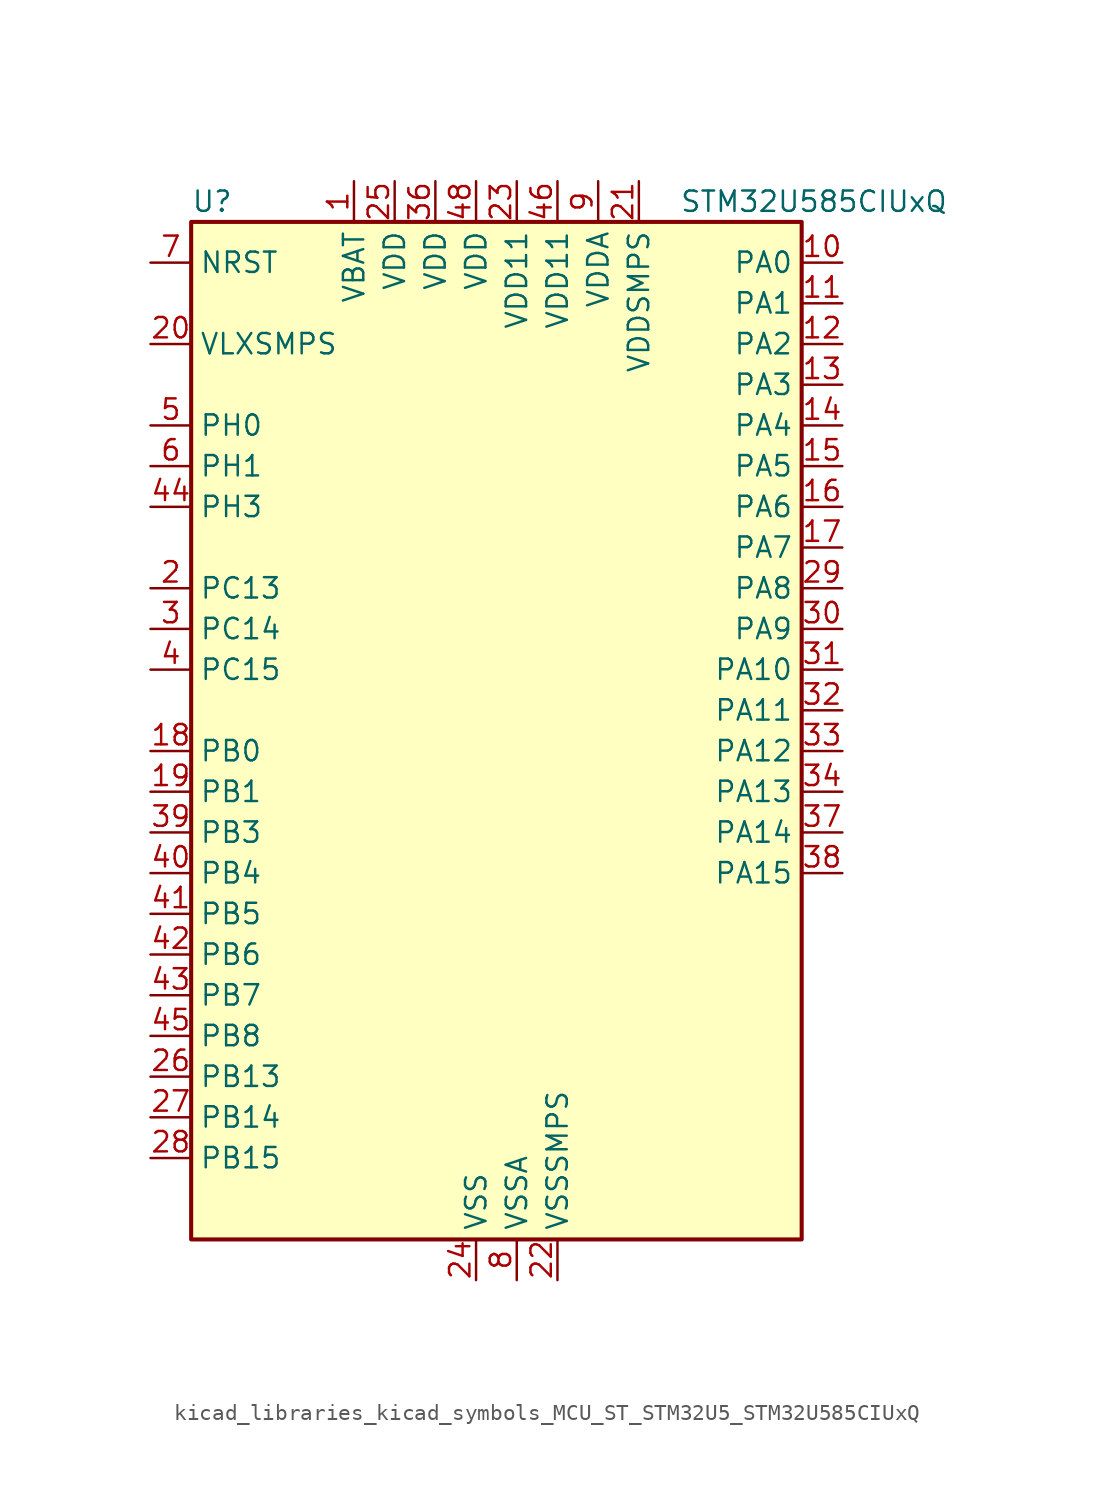
<source format=kicad_sym>
(kicad_symbol_lib
  (version 20220914)
  (generator kicad_symbol_editor)
  (symbol "kicad_libraries_kicad_symbols_MCU_ST_STM32U5_STM32U585CIUxQ"
    (property "Reference" "U"
      (at -17.78 34.29 0)
      (effects (font (size 1.27 1.27)) (justify left)))
    (property "Value" "STM32U585CIUxQ"
      (at 12.7 34.29 0)
      (effects (font (size 1.27 1.27)) (justify left)))
    (property "ki_locked" ""
      (at 0 0 0)
      (effects (font (size 1.27 1.27))))
    (symbol "kicad_libraries_kicad_symbols_MCU_ST_STM32U5_STM32U585CIUxQ_0_1"
      (rectangle (start -17.78 -30.48) (end 20.32 33.02) (stroke (width 0.254) (type default)) (fill (type background))))
    (symbol "kicad_libraries_kicad_symbols_MCU_ST_STM32U5_STM32U585CIUxQ_1_1"
      (pin power_in line (at -7.62 35.56 270) (length 2.54) (name "VBAT" (effects (font (size 1.27 1.27)))) (number "1" (effects (font (size 1.27 1.27)))))
      (pin bidirectional line (at 22.86 30.48 180) (length 2.54) (name "PA0" (effects (font (size 1.27 1.27)))) (number "10" (effects (font (size 1.27 1.27)))) (alternate "ADC1_IN5" bidirectional line) (alternate "AUDIOCLK" bidirectional line) (alternate "OCTOSPIM_P2_NCS" bidirectional line) (alternate "OPAMP1_VINP" bidirectional line) (alternate "PWR_WKUP1" bidirectional line) (alternate "SPI3_RDY" bidirectional line) (alternate "TAMP_IN2" bidirectional line) (alternate "TAMP_OUT1" bidirectional line) (alternate "TIM2_CH1" bidirectional line) (alternate "TIM2_ETR" bidirectional line) (alternate "TIM5_CH1" bidirectional line) (alternate "TIM8_ETR" bidirectional line) (alternate "UART4_TX" bidirectional line) (alternate "USART2_CTS" bidirectional line))
      (pin bidirectional line (at 22.86 27.94 180) (length 2.54) (name "PA1" (effects (font (size 1.27 1.27)))) (number "11" (effects (font (size 1.27 1.27)))) (alternate "ADC1_IN6" bidirectional line) (alternate "I2C1_SMBA" bidirectional line) (alternate "LPTIM1_CH2" bidirectional line) (alternate "OCTOSPIM_P1_DQS" bidirectional line) (alternate "OPAMP1_VINM" bidirectional line) (alternate "PWR_WKUP3" bidirectional line) (alternate "SPI1_SCK" bidirectional line) (alternate "TAMP_IN5" bidirectional line) (alternate "TAMP_OUT4" bidirectional line) (alternate "TIM15_CH1N" bidirectional line) (alternate "TIM2_CH2" bidirectional line) (alternate "TIM5_CH2" bidirectional line) (alternate "UART4_RX" bidirectional line) (alternate "USART2_DE" bidirectional line) (alternate "USART2_RTS" bidirectional line))
      (pin bidirectional line (at 22.86 25.4 180) (length 2.54) (name "PA2" (effects (font (size 1.27 1.27)))) (number "12" (effects (font (size 1.27 1.27)))) (alternate "ADC1_IN7" bidirectional line) (alternate "COMP1_INP" bidirectional line) (alternate "LPUART1_TX" bidirectional line) (alternate "OCTOSPIM_P1_NCS" bidirectional line) (alternate "PWR_WKUP4" bidirectional line) (alternate "RCC_LSCO" bidirectional line) (alternate "SPI1_RDY" bidirectional line) (alternate "TIM15_CH1" bidirectional line) (alternate "TIM2_CH3" bidirectional line) (alternate "TIM5_CH3" bidirectional line) (alternate "UCPD1_FRSTX1" bidirectional line) (alternate "USART2_TX" bidirectional line))
      (pin bidirectional line (at 22.86 22.86 180) (length 2.54) (name "PA3" (effects (font (size 1.27 1.27)))) (number "13" (effects (font (size 1.27 1.27)))) (alternate "ADC1_IN8" bidirectional line) (alternate "LPUART1_RX" bidirectional line) (alternate "OCTOSPIM_P1_CLK" bidirectional line) (alternate "OPAMP1_VOUT" bidirectional line) (alternate "PWR_WKUP5" bidirectional line) (alternate "SAI1_CK1" bidirectional line) (alternate "SAI1_MCLK_A" bidirectional line) (alternate "TIM15_CH2" bidirectional line) (alternate "TIM2_CH4" bidirectional line) (alternate "TIM5_CH4" bidirectional line) (alternate "USART2_RX" bidirectional line))
      (pin bidirectional line (at 22.86 20.32 180) (length 2.54) (name "PA4" (effects (font (size 1.27 1.27)))) (number "14" (effects (font (size 1.27 1.27)))) (alternate "ADC1_IN9" bidirectional line) (alternate "ADC4_IN9" bidirectional line) (alternate "DAC1_OUT1" bidirectional line) (alternate "LPTIM2_CH1" bidirectional line) (alternate "OCTOSPIM_P1_NCS" bidirectional line) (alternate "PWR_WKUP2" bidirectional line) (alternate "SAI1_FS_B" bidirectional line) (alternate "SPI1_NSS" bidirectional line) (alternate "SPI3_NSS" bidirectional line) (alternate "USART2_CK" bidirectional line))
      (pin bidirectional line (at 22.86 17.78 180) (length 2.54) (name "PA5" (effects (font (size 1.27 1.27)))) (number "15" (effects (font (size 1.27 1.27)))) (alternate "ADC1_IN10" bidirectional line) (alternate "ADC4_IN10" bidirectional line) (alternate "DAC1_OUT2" bidirectional line) (alternate "LPTIM2_ETR" bidirectional line) (alternate "PWR_CSLEEP" bidirectional line) (alternate "PWR_WKUP6" bidirectional line) (alternate "SPI1_SCK" bidirectional line) (alternate "TIM2_CH1" bidirectional line) (alternate "TIM2_ETR" bidirectional line) (alternate "TIM8_CH1N" bidirectional line) (alternate "USART3_RX" bidirectional line))
      (pin bidirectional line (at 22.86 15.24 180) (length 2.54) (name "PA6" (effects (font (size 1.27 1.27)))) (number "16" (effects (font (size 1.27 1.27)))) (alternate "ADC1_IN11" bidirectional line) (alternate "ADC4_IN11" bidirectional line) (alternate "LPUART1_CTS" bidirectional line) (alternate "OCTOSPIM_P1_IO3" bidirectional line) (alternate "OPAMP2_VINP" bidirectional line) (alternate "PWR_CDSTOP" bidirectional line) (alternate "PWR_WKUP7" bidirectional line) (alternate "SPI1_MISO" bidirectional line) (alternate "TIM16_CH1" bidirectional line) (alternate "TIM1_BKIN" bidirectional line) (alternate "TIM3_CH1" bidirectional line) (alternate "TIM8_BKIN" bidirectional line) (alternate "USART3_CTS" bidirectional line))
      (pin bidirectional line (at 22.86 12.7 180) (length 2.54) (name "PA7" (effects (font (size 1.27 1.27)))) (number "17" (effects (font (size 1.27 1.27)))) (alternate "ADC1_IN12" bidirectional line) (alternate "ADC4_IN20" bidirectional line) (alternate "I2C3_SCL" bidirectional line) (alternate "LPTIM2_CH2" bidirectional line) (alternate "OCTOSPIM_P1_IO2" bidirectional line) (alternate "OPAMP2_VINM" bidirectional line) (alternate "PWR_SRDSTOP" bidirectional line) (alternate "PWR_WKUP8" bidirectional line) (alternate "SPI1_MOSI" bidirectional line) (alternate "TIM17_CH1" bidirectional line) (alternate "TIM1_CH1N" bidirectional line) (alternate "TIM3_CH2" bidirectional line) (alternate "TIM8_CH1N" bidirectional line) (alternate "USART3_TX" bidirectional line))
      (pin bidirectional line (at -20.32 0 0) (length 2.54) (name "PB0" (effects (font (size 1.27 1.27)))) (number "18" (effects (font (size 1.27 1.27)))) (alternate "ADC1_IN15" bidirectional line) (alternate "ADC4_IN18" bidirectional line) (alternate "AUDIOCLK" bidirectional line) (alternate "COMP1_OUT" bidirectional line) (alternate "LPTIM3_CH1" bidirectional line) (alternate "OCTOSPIM_P1_IO1" bidirectional line) (alternate "OPAMP2_VOUT" bidirectional line) (alternate "SPI1_NSS" bidirectional line) (alternate "TIM1_CH2N" bidirectional line) (alternate "TIM3_CH3" bidirectional line) (alternate "TIM8_CH2N" bidirectional line) (alternate "USART3_CK" bidirectional line))
      (pin bidirectional line (at -20.32 -2.54 0) (length 2.54) (name "PB1" (effects (font (size 1.27 1.27)))) (number "19" (effects (font (size 1.27 1.27)))) (alternate "ADC1_IN16" bidirectional line) (alternate "ADC4_IN19" bidirectional line) (alternate "COMP1_INM" bidirectional line) (alternate "LPTIM2_IN1" bidirectional line) (alternate "LPTIM3_CH2" bidirectional line) (alternate "LPUART1_DE" bidirectional line) (alternate "LPUART1_RTS" bidirectional line) (alternate "MDF1_SDI0" bidirectional line) (alternate "OCTOSPIM_P1_IO0" bidirectional line) (alternate "PWR_WKUP4" bidirectional line) (alternate "TIM1_CH3N" bidirectional line) (alternate "TIM3_CH4" bidirectional line) (alternate "TIM8_CH3N" bidirectional line) (alternate "USART3_DE" bidirectional line) (alternate "USART3_RTS" bidirectional line))
      (pin bidirectional line (at -20.32 10.16 0) (length 2.54) (name "PC13" (effects (font (size 1.27 1.27)))) (number "2" (effects (font (size 1.27 1.27)))) (alternate "PWR_WKUP2" bidirectional line) (alternate "RTC_OUT1" bidirectional line) (alternate "RTC_TS" bidirectional line) (alternate "TAMP_IN1" bidirectional line) (alternate "TAMP_OUT2" bidirectional line))
      (pin power_in line (at -20.32 25.4 0) (length 2.54) (name "VLXSMPS" (effects (font (size 1.27 1.27)))) (number "20" (effects (font (size 1.27 1.27)))))
      (pin power_in line (at 10.16 35.56 270) (length 2.54) (name "VDDSMPS" (effects (font (size 1.27 1.27)))) (number "21" (effects (font (size 1.27 1.27)))))
      (pin power_in line (at 5.08 -33.02 90) (length 2.54) (name "VSSSMPS" (effects (font (size 1.27 1.27)))) (number "22" (effects (font (size 1.27 1.27)))))
      (pin power_in line (at 2.54 35.56 270) (length 2.54) (name "VDD11" (effects (font (size 1.27 1.27)))) (number "23" (effects (font (size 1.27 1.27)))))
      (pin power_in line (at 0 -33.02 90) (length 2.54) (name "VSS" (effects (font (size 1.27 1.27)))) (number "24" (effects (font (size 1.27 1.27)))))
      (pin power_in line (at -5.08 35.56 270) (length 2.54) (name "VDD" (effects (font (size 1.27 1.27)))) (number "25" (effects (font (size 1.27 1.27)))))
      (pin bidirectional line (at -20.32 -20.32 0) (length 2.54) (name "PB13" (effects (font (size 1.27 1.27)))) (number "26" (effects (font (size 1.27 1.27)))) (alternate "I2C2_SCL" bidirectional line) (alternate "LPTIM3_IN1" bidirectional line) (alternate "LPUART1_CTS" bidirectional line) (alternate "MDF1_CKI1" bidirectional line) (alternate "SPI2_SCK" bidirectional line) (alternate "TIM15_CH1N" bidirectional line) (alternate "TIM1_CH1N" bidirectional line) (alternate "TSC_G1_IO2" bidirectional line) (alternate "USART3_CTS" bidirectional line))
      (pin bidirectional line (at -20.32 -22.86 0) (length 2.54) (name "PB14" (effects (font (size 1.27 1.27)))) (number "27" (effects (font (size 1.27 1.27)))) (alternate "I2C2_SDA" bidirectional line) (alternate "LPTIM3_ETR" bidirectional line) (alternate "MDF1_SDI2" bidirectional line) (alternate "SPI2_MISO" bidirectional line) (alternate "TIM15_CH1" bidirectional line) (alternate "TIM1_CH2N" bidirectional line) (alternate "TIM8_CH2N" bidirectional line) (alternate "TSC_G1_IO3" bidirectional line) (alternate "UCPD1_DBCC2" bidirectional line) (alternate "USART3_DE" bidirectional line) (alternate "USART3_RTS" bidirectional line))
      (pin bidirectional line (at -20.32 -25.4 0) (length 2.54) (name "PB15" (effects (font (size 1.27 1.27)))) (number "28" (effects (font (size 1.27 1.27)))) (alternate "ADC1_EXTI15" bidirectional line) (alternate "ADC4_EXTI15" bidirectional line) (alternate "LPTIM2_IN2" bidirectional line) (alternate "MDF1_CKI2" bidirectional line) (alternate "PWR_WKUP7" bidirectional line) (alternate "RTC_REFIN" bidirectional line) (alternate "SPI2_MOSI" bidirectional line) (alternate "TIM15_CH2" bidirectional line) (alternate "TIM1_CH3N" bidirectional line) (alternate "TIM8_CH3N" bidirectional line) (alternate "UCPD1_CC2" bidirectional line))
      (pin bidirectional line (at 22.86 10.16 180) (length 2.54) (name "PA8" (effects (font (size 1.27 1.27)))) (number "29" (effects (font (size 1.27 1.27)))) (alternate "DEBUG_TRACECLK" bidirectional line) (alternate "LPTIM2_CH1" bidirectional line) (alternate "RCC_MCO" bidirectional line) (alternate "SAI1_CK2" bidirectional line) (alternate "SAI1_SCK_A" bidirectional line) (alternate "SPI1_RDY" bidirectional line) (alternate "TIM1_CH1" bidirectional line) (alternate "USART1_CK" bidirectional line) (alternate "USB_OTG_FS_SOF" bidirectional line))
      (pin bidirectional line (at -20.32 7.62 0) (length 2.54) (name "PC14" (effects (font (size 1.27 1.27)))) (number "3" (effects (font (size 1.27 1.27)))) (alternate "RCC_OSC32_IN" bidirectional line))
      (pin bidirectional line (at 22.86 7.62 180) (length 2.54) (name "PA9" (effects (font (size 1.27 1.27)))) (number "30" (effects (font (size 1.27 1.27)))) (alternate "DAC1_EXTI9" bidirectional line) (alternate "SAI1_FS_A" bidirectional line) (alternate "SPI2_SCK" bidirectional line) (alternate "TIM15_BKIN" bidirectional line) (alternate "TIM1_CH2" bidirectional line) (alternate "USART1_TX" bidirectional line) (alternate "USB_OTG_FS_VBUS" bidirectional line))
      (pin bidirectional line (at 22.86 5.08 180) (length 2.54) (name "PA10" (effects (font (size 1.27 1.27)))) (number "31" (effects (font (size 1.27 1.27)))) (alternate "CRS_SYNC" bidirectional line) (alternate "LPTIM2_IN2" bidirectional line) (alternate "SAI1_D1" bidirectional line) (alternate "SAI1_SD_A" bidirectional line) (alternate "TIM17_BKIN" bidirectional line) (alternate "TIM1_CH3" bidirectional line) (alternate "USART1_RX" bidirectional line) (alternate "USB_OTG_FS_ID" bidirectional line))
      (pin bidirectional line (at 22.86 2.54 180) (length 2.54) (name "PA11" (effects (font (size 1.27 1.27)))) (number "32" (effects (font (size 1.27 1.27)))) (alternate "ADC1_EXTI11" bidirectional line) (alternate "FDCAN1_RX" bidirectional line) (alternate "SPI1_MISO" bidirectional line) (alternate "TIM1_BKIN2" bidirectional line) (alternate "TIM1_CH4" bidirectional line) (alternate "USART1_CTS" bidirectional line) (alternate "USB_OTG_FS_DM" bidirectional line))
      (pin bidirectional line (at 22.86 0 180) (length 2.54) (name "PA12" (effects (font (size 1.27 1.27)))) (number "33" (effects (font (size 1.27 1.27)))) (alternate "FDCAN1_TX" bidirectional line) (alternate "OCTOSPIM_P2_NCS" bidirectional line) (alternate "SPI1_MOSI" bidirectional line) (alternate "TIM1_ETR" bidirectional line) (alternate "USART1_DE" bidirectional line) (alternate "USART1_RTS" bidirectional line) (alternate "USB_OTG_FS_DP" bidirectional line))
      (pin bidirectional line (at 22.86 -2.54 180) (length 2.54) (name "PA13" (effects (font (size 1.27 1.27)))) (number "34" (effects (font (size 1.27 1.27)))) (alternate "DEBUG_JTMS-SWDIO" bidirectional line) (alternate "IR_OUT" bidirectional line) (alternate "SAI1_SD_B" bidirectional line) (alternate "USB_OTG_FS_NOE" bidirectional line))
      (pin passive line (at 0 -33.02 90) (length 2.54) hide (name "VSS" (effects (font (size 1.27 1.27)))) (number "35" (effects (font (size 1.27 1.27)))))
      (pin power_in line (at -2.54 35.56 270) (length 2.54) (name "VDD" (effects (font (size 1.27 1.27)))) (number "36" (effects (font (size 1.27 1.27)))))
      (pin bidirectional line (at 22.86 -5.08 180) (length 2.54) (name "PA14" (effects (font (size 1.27 1.27)))) (number "37" (effects (font (size 1.27 1.27)))) (alternate "DEBUG_JTCK-SWCLK" bidirectional line) (alternate "I2C1_SMBA" bidirectional line) (alternate "I2C4_SMBA" bidirectional line) (alternate "LPTIM1_CH1" bidirectional line) (alternate "SAI1_FS_B" bidirectional line) (alternate "USB_OTG_FS_SOF" bidirectional line))
      (pin bidirectional line (at 22.86 -7.62 180) (length 2.54) (name "PA15" (effects (font (size 1.27 1.27)))) (number "38" (effects (font (size 1.27 1.27)))) (alternate "ADC1_EXTI15" bidirectional line) (alternate "ADC4_EXTI15" bidirectional line) (alternate "DEBUG_JTDI" bidirectional line) (alternate "SPI1_NSS" bidirectional line) (alternate "SPI3_NSS" bidirectional line) (alternate "TIM2_CH1" bidirectional line) (alternate "TIM2_ETR" bidirectional line) (alternate "UART4_DE" bidirectional line) (alternate "UART4_RTS" bidirectional line) (alternate "UCPD1_CC1" bidirectional line) (alternate "USART2_RX" bidirectional line) (alternate "USART3_DE" bidirectional line) (alternate "USART3_RTS" bidirectional line))
      (pin bidirectional line (at -20.32 -5.08 0) (length 2.54) (name "PB3" (effects (font (size 1.27 1.27)))) (number "39" (effects (font (size 1.27 1.27)))) (alternate "ADF1_CCK0" bidirectional line) (alternate "COMP2_INM" bidirectional line) (alternate "CRS_SYNC" bidirectional line) (alternate "DEBUG_JTDO-SWO" bidirectional line) (alternate "I2C1_SDA" bidirectional line) (alternate "LPTIM1_CH1" bidirectional line) (alternate "SAI1_SCK_B" bidirectional line) (alternate "SPI1_SCK" bidirectional line) (alternate "SPI3_SCK" bidirectional line) (alternate "TIM2_CH2" bidirectional line) (alternate "USART1_DE" bidirectional line) (alternate "USART1_RTS" bidirectional line))
      (pin bidirectional line (at -20.32 5.08 0) (length 2.54) (name "PC15" (effects (font (size 1.27 1.27)))) (number "4" (effects (font (size 1.27 1.27)))) (alternate "ADC1_EXTI15" bidirectional line) (alternate "ADC4_EXTI15" bidirectional line) (alternate "RCC_OSC32_OUT" bidirectional line))
      (pin bidirectional line (at -20.32 -7.62 0) (length 2.54) (name "PB4" (effects (font (size 1.27 1.27)))) (number "40" (effects (font (size 1.27 1.27)))) (alternate "ADF1_SDI0" bidirectional line) (alternate "COMP2_INP" bidirectional line) (alternate "DEBUG_JTRST" bidirectional line) (alternate "I2C3_SDA" bidirectional line) (alternate "LPTIM1_CH2" bidirectional line) (alternate "SAI1_MCLK_B" bidirectional line) (alternate "SPI1_MISO" bidirectional line) (alternate "SPI3_MISO" bidirectional line) (alternate "TIM17_BKIN" bidirectional line) (alternate "TIM3_CH1" bidirectional line) (alternate "TSC_G2_IO1" bidirectional line) (alternate "USART1_CTS" bidirectional line))
      (pin bidirectional line (at -20.32 -10.16 0) (length 2.54) (name "PB5" (effects (font (size 1.27 1.27)))) (number "41" (effects (font (size 1.27 1.27)))) (alternate "COMP2_OUT" bidirectional line) (alternate "I2C1_SMBA" bidirectional line) (alternate "LPTIM1_IN1" bidirectional line) (alternate "OCTOSPIM_P1_NCLK" bidirectional line) (alternate "PWR_WKUP6" bidirectional line) (alternate "SAI1_SD_B" bidirectional line) (alternate "SPI1_MOSI" bidirectional line) (alternate "SPI3_MOSI" bidirectional line) (alternate "TIM16_BKIN" bidirectional line) (alternate "TIM3_CH2" bidirectional line) (alternate "TSC_G2_IO2" bidirectional line) (alternate "UCPD1_DBCC1" bidirectional line) (alternate "USART1_CK" bidirectional line))
      (pin bidirectional line (at -20.32 -12.7 0) (length 2.54) (name "PB6" (effects (font (size 1.27 1.27)))) (number "42" (effects (font (size 1.27 1.27)))) (alternate "COMP2_INP" bidirectional line) (alternate "I2C1_SCL" bidirectional line) (alternate "I2C4_SCL" bidirectional line) (alternate "LPTIM1_ETR" bidirectional line) (alternate "MDF1_SDI5" bidirectional line) (alternate "PWR_WKUP3" bidirectional line) (alternate "SAI1_FS_B" bidirectional line) (alternate "TIM16_CH1N" bidirectional line) (alternate "TIM4_CH1" bidirectional line) (alternate "TIM8_BKIN2" bidirectional line) (alternate "TSC_G2_IO3" bidirectional line) (alternate "USART1_TX" bidirectional line))
      (pin bidirectional line (at -20.32 -15.24 0) (length 2.54) (name "PB7" (effects (font (size 1.27 1.27)))) (number "43" (effects (font (size 1.27 1.27)))) (alternate "COMP2_INM" bidirectional line) (alternate "I2C1_SDA" bidirectional line) (alternate "I2C4_SDA" bidirectional line) (alternate "LPTIM1_IN2" bidirectional line) (alternate "MDF1_CKI5" bidirectional line) (alternate "PWR_PVD_IN" bidirectional line) (alternate "PWR_WKUP4" bidirectional line) (alternate "TIM17_CH1N" bidirectional line) (alternate "TIM4_CH2" bidirectional line) (alternate "TIM8_BKIN" bidirectional line) (alternate "TSC_G2_IO4" bidirectional line) (alternate "UART4_CTS" bidirectional line) (alternate "USART1_RX" bidirectional line))
      (pin bidirectional line (at -20.32 15.24 0) (length 2.54) (name "PH3" (effects (font (size 1.27 1.27)))) (number "44" (effects (font (size 1.27 1.27)))))
      (pin bidirectional line (at -20.32 -17.78 0) (length 2.54) (name "PB8" (effects (font (size 1.27 1.27)))) (number "45" (effects (font (size 1.27 1.27)))) (alternate "FDCAN1_RX" bidirectional line) (alternate "I2C1_SCL" bidirectional line) (alternate "MDF1_CCK0" bidirectional line) (alternate "PWR_WKUP5" bidirectional line) (alternate "SAI1_CK1" bidirectional line) (alternate "SAI1_MCLK_A" bidirectional line) (alternate "SPI3_RDY" bidirectional line) (alternate "TIM16_CH1" bidirectional line) (alternate "TIM4_CH3" bidirectional line))
      (pin power_in line (at 5.08 35.56 270) (length 2.54) (name "VDD11" (effects (font (size 1.27 1.27)))) (number "46" (effects (font (size 1.27 1.27)))))
      (pin passive line (at 0 -33.02 90) (length 2.54) hide (name "VSS" (effects (font (size 1.27 1.27)))) (number "47" (effects (font (size 1.27 1.27)))))
      (pin power_in line (at 0 35.56 270) (length 2.54) (name "VDD" (effects (font (size 1.27 1.27)))) (number "48" (effects (font (size 1.27 1.27)))))
      (pin passive line (at 0 -33.02 90) (length 2.54) hide (name "VSS" (effects (font (size 1.27 1.27)))) (number "49" (effects (font (size 1.27 1.27)))))
      (pin bidirectional line (at -20.32 20.32 0) (length 2.54) (name "PH0" (effects (font (size 1.27 1.27)))) (number "5" (effects (font (size 1.27 1.27)))) (alternate "RCC_OSC_IN" bidirectional line))
      (pin bidirectional line (at -20.32 17.78 0) (length 2.54) (name "PH1" (effects (font (size 1.27 1.27)))) (number "6" (effects (font (size 1.27 1.27)))) (alternate "RCC_OSC_OUT" bidirectional line))
      (pin input line (at -20.32 30.48 0) (length 2.54) (name "NRST" (effects (font (size 1.27 1.27)))) (number "7" (effects (font (size 1.27 1.27)))))
      (pin power_in line (at 2.54 -33.02 90) (length 2.54) (name "VSSA" (effects (font (size 1.27 1.27)))) (number "8" (effects (font (size 1.27 1.27)))))
      (pin power_in line (at 7.62 35.56 270) (length 2.54) (name "VDDA" (effects (font (size 1.27 1.27)))) (number "9" (effects (font (size 1.27 1.27))))))))
</source>
